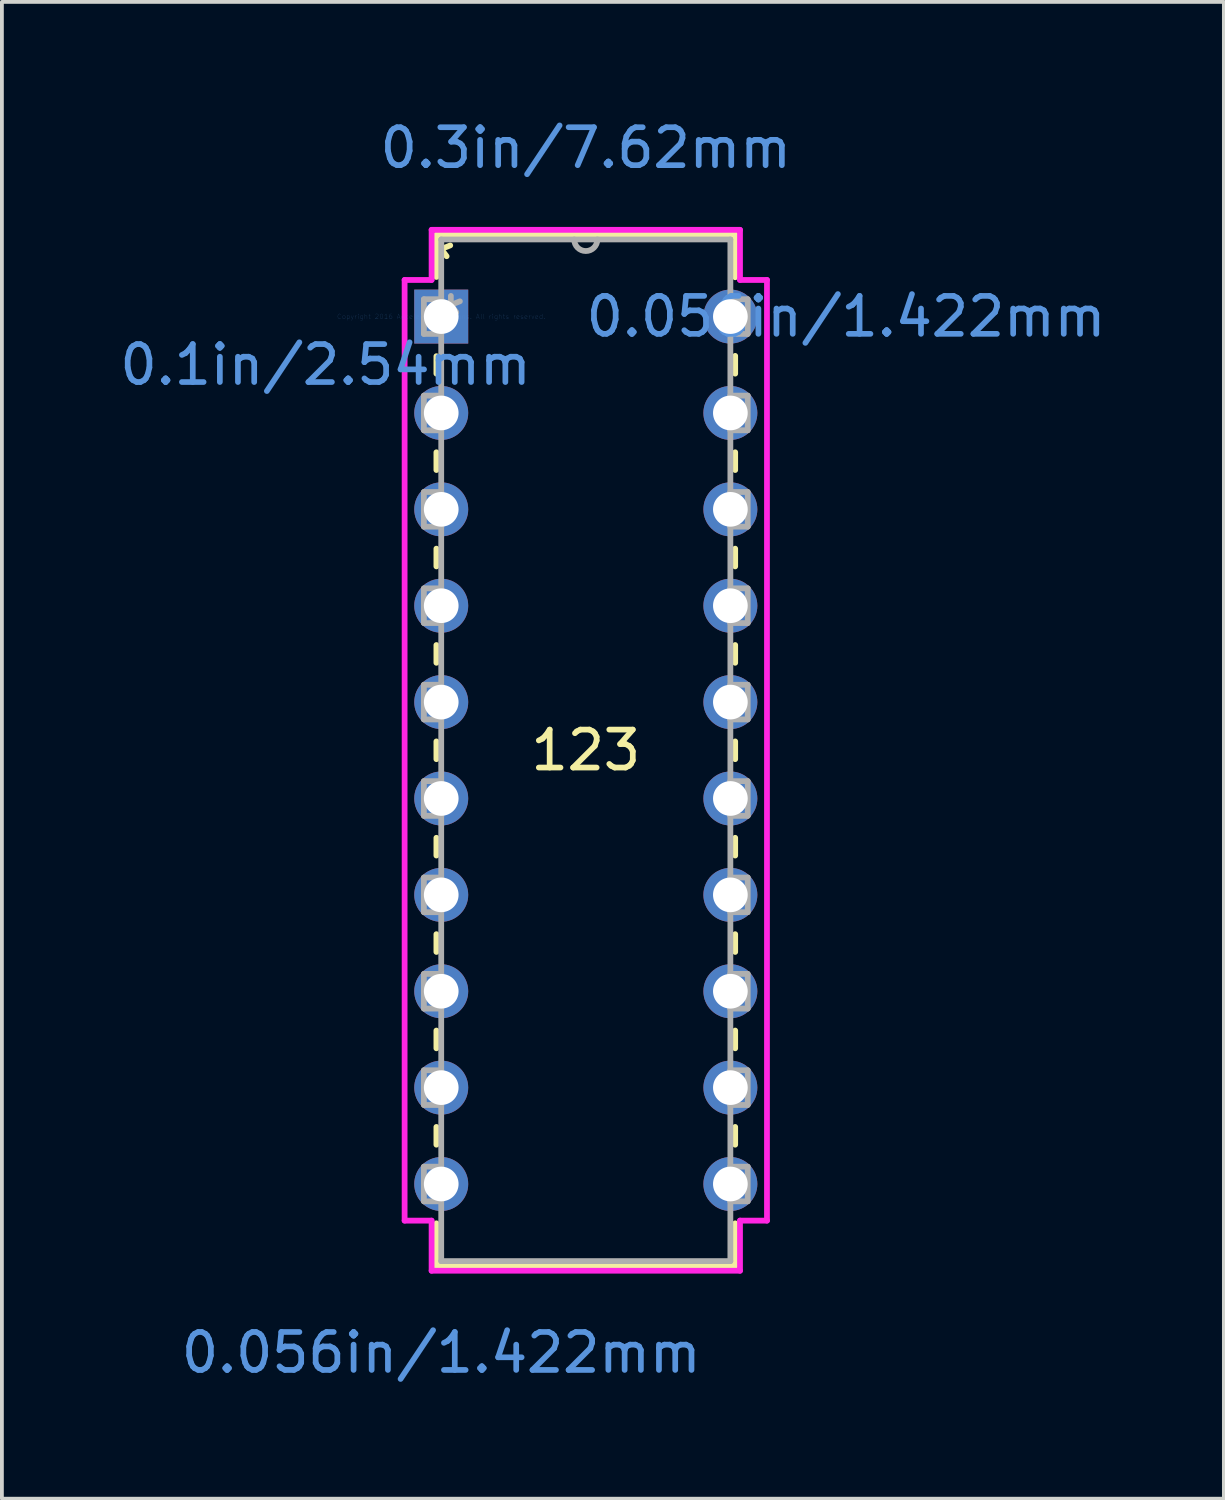
<source format=kicad_pcb>
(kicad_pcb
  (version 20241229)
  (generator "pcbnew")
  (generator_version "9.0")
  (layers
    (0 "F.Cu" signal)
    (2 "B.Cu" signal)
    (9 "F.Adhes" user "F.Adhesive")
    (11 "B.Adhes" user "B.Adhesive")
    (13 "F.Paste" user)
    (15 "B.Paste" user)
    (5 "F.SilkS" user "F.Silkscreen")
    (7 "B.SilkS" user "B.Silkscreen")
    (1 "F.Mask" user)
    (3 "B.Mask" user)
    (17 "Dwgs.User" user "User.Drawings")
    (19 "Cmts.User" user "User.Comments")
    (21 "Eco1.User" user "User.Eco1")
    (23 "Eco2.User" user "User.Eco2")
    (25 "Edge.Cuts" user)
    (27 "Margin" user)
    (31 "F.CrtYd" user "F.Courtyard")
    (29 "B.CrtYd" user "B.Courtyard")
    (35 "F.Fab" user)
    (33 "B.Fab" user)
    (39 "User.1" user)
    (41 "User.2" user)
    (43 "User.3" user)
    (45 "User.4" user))
  (footprint "123"
    (layer "F.Cu")
    (at 8.578 5.293)
    (property "Reference" "123" (at 3.81 11.43 0) (layer "F.SilkS") (effects (font (size 1 1) (thickness 0.15))))
    (attr through_hole)
    (fp_line (start -0.127 -2.159) (end -0.127 -1.044) (stroke (width 0.152) (type solid)) (layer "F.SilkS"))
    (fp_line (start -0.127 1.044) (end -0.127 1.504) (stroke (width 0.152) (type solid)) (layer "F.SilkS"))
    (fp_line (start -0.127 3.576) (end -0.127 4.044) (stroke (width 0.152) (type solid)) (layer "F.SilkS"))
    (fp_line (start -0.127 6.116) (end -0.127 6.584) (stroke (width 0.152) (type solid)) (layer "F.SilkS"))
    (fp_line (start -0.127 8.656) (end -0.127 9.124) (stroke (width 0.152) (type solid)) (layer "F.SilkS"))
    (fp_line (start -0.127 11.196) (end -0.127 11.664) (stroke (width 0.152) (type solid)) (layer "F.SilkS"))
    (fp_line (start -0.127 13.736) (end -0.127 14.204) (stroke (width 0.152) (type solid)) (layer "F.SilkS"))
    (fp_line (start -0.127 16.276) (end -0.127 16.744) (stroke (width 0.152) (type solid)) (layer "F.SilkS"))
    (fp_line (start -0.127 18.816) (end -0.127 19.284) (stroke (width 0.152) (type solid)) (layer "F.SilkS"))
    (fp_line (start -0.127 21.356) (end -0.127 21.824) (stroke (width 0.152) (type solid)) (layer "F.SilkS"))
    (fp_line (start -0.127 23.896) (end -0.127 25.019) (stroke (width 0.152) (type solid)) (layer "F.SilkS"))
    (fp_line (start -0.127 25.019) (end 7.747 25.019) (stroke (width 0.152) (type solid)) (layer "F.SilkS"))
    (fp_line (start 7.747 -2.159) (end -0.127 -2.159) (stroke (width 0.152) (type solid)) (layer "F.SilkS"))
    (fp_line (start 7.747 -1.036) (end 7.747 -2.159) (stroke (width 0.152) (type solid)) (layer "F.SilkS"))
    (fp_line (start 7.747 1.504) (end 7.747 1.036) (stroke (width 0.152) (type solid)) (layer "F.SilkS"))
    (fp_line (start 7.747 4.044) (end 7.747 3.576) (stroke (width 0.152) (type solid)) (layer "F.SilkS"))
    (fp_line (start 7.747 6.584) (end 7.747 6.116) (stroke (width 0.152) (type solid)) (layer "F.SilkS"))
    (fp_line (start 7.747 9.124) (end 7.747 8.656) (stroke (width 0.152) (type solid)) (layer "F.SilkS"))
    (fp_line (start 7.747 11.664) (end 7.747 11.196) (stroke (width 0.152) (type solid)) (layer "F.SilkS"))
    (fp_line (start 7.747 14.204) (end 7.747 13.736) (stroke (width 0.152) (type solid)) (layer "F.SilkS"))
    (fp_line (start 7.747 16.744) (end 7.747 16.276) (stroke (width 0.152) (type solid)) (layer "F.SilkS"))
    (fp_line (start 7.747 19.284) (end 7.747 18.816) (stroke (width 0.152) (type solid)) (layer "F.SilkS"))
    (fp_line (start 7.747 21.824) (end 7.747 21.356) (stroke (width 0.152) (type solid)) (layer "F.SilkS"))
    (fp_line (start 7.747 25.019) (end 7.747 23.896) (stroke (width 0.152) (type solid)) (layer "F.SilkS"))
    (fp_line (start -0.965 -0.965) (end -0.254 -0.965) (stroke (width 0.152) (type solid)) (layer "F.CrtYd"))
    (fp_line (start -0.965 23.825) (end -0.965 -0.965) (stroke (width 0.152) (type solid)) (layer "F.CrtYd"))
    (fp_line (start -0.254 -2.286) (end 7.874 -2.286) (stroke (width 0.152) (type solid)) (layer "F.CrtYd"))
    (fp_line (start -0.254 -0.965) (end -0.254 -2.286) (stroke (width 0.152) (type solid)) (layer "F.CrtYd"))
    (fp_line (start -0.254 23.825) (end -0.965 23.825) (stroke (width 0.152) (type solid)) (layer "F.CrtYd"))
    (fp_line (start -0.254 25.146) (end -0.254 23.825) (stroke (width 0.152) (type solid)) (layer "F.CrtYd"))
    (fp_line (start 7.874 -2.286) (end 7.874 -0.965) (stroke (width 0.152) (type solid)) (layer "F.CrtYd"))
    (fp_line (start 7.874 23.825) (end 7.874 25.146) (stroke (width 0.152) (type solid)) (layer "F.CrtYd"))
    (fp_line (start 7.874 25.146) (end -0.254 25.146) (stroke (width 0.152) (type solid)) (layer "F.CrtYd"))
    (fp_line (start 8.585 -0.965) (end 7.874 -0.965) (stroke (width 0.152) (type solid)) (layer "F.CrtYd"))
    (fp_line (start 8.585 -0.965) (end 8.585 23.825) (stroke (width 0.152) (type solid)) (layer "F.CrtYd"))
    (fp_line (start 8.585 23.825) (end 7.874 23.825) (stroke (width 0.152) (type solid)) (layer "F.CrtYd"))
    (fp_line (start -0.457 -0.457) (end -0.457 0.457) (stroke (width 0.152) (type solid)) (layer "F.Fab"))
    (fp_line (start -0.457 0.457) (end 0 0.457) (stroke (width 0.152) (type solid)) (layer "F.Fab"))
    (fp_line (start -0.457 2.083) (end -0.457 2.997) (stroke (width 0.152) (type solid)) (layer "F.Fab"))
    (fp_line (start -0.457 2.997) (end 0 2.997) (stroke (width 0.152) (type solid)) (layer "F.Fab"))
    (fp_line (start -0.457 4.623) (end -0.457 5.537) (stroke (width 0.152) (type solid)) (layer "F.Fab"))
    (fp_line (start -0.457 5.537) (end 0 5.537) (stroke (width 0.152) (type solid)) (layer "F.Fab"))
    (fp_line (start -0.457 7.163) (end -0.457 8.077) (stroke (width 0.152) (type solid)) (layer "F.Fab"))
    (fp_line (start -0.457 8.077) (end 0 8.077) (stroke (width 0.152) (type solid)) (layer "F.Fab"))
    (fp_line (start -0.457 9.703) (end -0.457 10.617) (stroke (width 0.152) (type solid)) (layer "F.Fab"))
    (fp_line (start -0.457 10.617) (end 0 10.617) (stroke (width 0.152) (type solid)) (layer "F.Fab"))
    (fp_line (start -0.457 12.243) (end -0.457 13.157) (stroke (width 0.152) (type solid)) (layer "F.Fab"))
    (fp_line (start -0.457 13.157) (end 0 13.157) (stroke (width 0.152) (type solid)) (layer "F.Fab"))
    (fp_line (start -0.457 14.783) (end -0.457 15.697) (stroke (width 0.152) (type solid)) (layer "F.Fab"))
    (fp_line (start -0.457 15.697) (end 0 15.697) (stroke (width 0.152) (type solid)) (layer "F.Fab"))
    (fp_line (start -0.457 17.323) (end -0.457 18.237) (stroke (width 0.152) (type solid)) (layer "F.Fab"))
    (fp_line (start -0.457 18.237) (end 0 18.237) (stroke (width 0.152) (type solid)) (layer "F.Fab"))
    (fp_line (start -0.457 19.863) (end -0.457 20.777) (stroke (width 0.152) (type solid)) (layer "F.Fab"))
    (fp_line (start -0.457 20.777) (end 0 20.777) (stroke (width 0.152) (type solid)) (layer "F.Fab"))
    (fp_line (start -0.457 22.403) (end -0.457 23.317) (stroke (width 0.152) (type solid)) (layer "F.Fab"))
    (fp_line (start -0.457 23.317) (end 0 23.317) (stroke (width 0.152) (type solid)) (layer "F.Fab"))
    (fp_line (start 0 -2.032) (end 0 24.892) (stroke (width 0.152) (type solid)) (layer "F.Fab"))
    (fp_line (start 0 -0.457) (end -0.457 -0.457) (stroke (width 0.152) (type solid)) (layer "F.Fab"))
    (fp_line (start 0 0.457) (end 0 -0.457) (stroke (width 0.152) (type solid)) (layer "F.Fab"))
    (fp_line (start 0 2.083) (end -0.457 2.083) (stroke (width 0.152) (type solid)) (layer "F.Fab"))
    (fp_line (start 0 2.997) (end 0 2.083) (stroke (width 0.152) (type solid)) (layer "F.Fab"))
    (fp_line (start 0 4.623) (end -0.457 4.623) (stroke (width 0.152) (type solid)) (layer "F.Fab"))
    (fp_line (start 0 5.537) (end 0 4.623) (stroke (width 0.152) (type solid)) (layer "F.Fab"))
    (fp_line (start 0 7.163) (end -0.457 7.163) (stroke (width 0.152) (type solid)) (layer "F.Fab"))
    (fp_line (start 0 8.077) (end 0 7.163) (stroke (width 0.152) (type solid)) (layer "F.Fab"))
    (fp_line (start 0 9.703) (end -0.457 9.703) (stroke (width 0.152) (type solid)) (layer "F.Fab"))
    (fp_line (start 0 10.617) (end 0 9.703) (stroke (width 0.152) (type solid)) (layer "F.Fab"))
    (fp_line (start 0 12.243) (end -0.457 12.243) (stroke (width 0.152) (type solid)) (layer "F.Fab"))
    (fp_line (start 0 13.157) (end 0 12.243) (stroke (width 0.152) (type solid)) (layer "F.Fab"))
    (fp_line (start 0 14.783) (end -0.457 14.783) (stroke (width 0.152) (type solid)) (layer "F.Fab"))
    (fp_line (start 0 15.697) (end 0 14.783) (stroke (width 0.152) (type solid)) (layer "F.Fab"))
    (fp_line (start 0 17.323) (end -0.457 17.323) (stroke (width 0.152) (type solid)) (layer "F.Fab"))
    (fp_line (start 0 18.237) (end 0 17.323) (stroke (width 0.152) (type solid)) (layer "F.Fab"))
    (fp_line (start 0 19.863) (end -0.457 19.863) (stroke (width 0.152) (type solid)) (layer "F.Fab"))
    (fp_line (start 0 20.777) (end 0 19.863) (stroke (width 0.152) (type solid)) (layer "F.Fab"))
    (fp_line (start 0 22.403) (end -0.457 22.403) (stroke (width 0.152) (type solid)) (layer "F.Fab"))
    (fp_line (start 0 23.317) (end 0 22.403) (stroke (width 0.152) (type solid)) (layer "F.Fab"))
    (fp_line (start 0 24.892) (end 7.62 24.892) (stroke (width 0.152) (type solid)) (layer "F.Fab"))
    (fp_line (start 7.62 -2.032) (end 0 -2.032) (stroke (width 0.152) (type solid)) (layer "F.Fab"))
    (fp_line (start 7.62 -0.457) (end 7.62 0.457) (stroke (width 0.152) (type solid)) (layer "F.Fab"))
    (fp_line (start 7.62 0.457) (end 8.077 0.457) (stroke (width 0.152) (type solid)) (layer "F.Fab"))
    (fp_line (start 7.62 2.083) (end 7.62 2.997) (stroke (width 0.152) (type solid)) (layer "F.Fab"))
    (fp_line (start 7.62 2.997) (end 8.077 2.997) (stroke (width 0.152) (type solid)) (layer "F.Fab"))
    (fp_line (start 7.62 4.623) (end 7.62 5.537) (stroke (width 0.152) (type solid)) (layer "F.Fab"))
    (fp_line (start 7.62 5.537) (end 8.077 5.537) (stroke (width 0.152) (type solid)) (layer "F.Fab"))
    (fp_line (start 7.62 7.163) (end 7.62 8.077) (stroke (width 0.152) (type solid)) (layer "F.Fab"))
    (fp_line (start 7.62 8.077) (end 8.077 8.077) (stroke (width 0.152) (type solid)) (layer "F.Fab"))
    (fp_line (start 7.62 9.703) (end 7.62 10.617) (stroke (width 0.152) (type solid)) (layer "F.Fab"))
    (fp_line (start 7.62 10.617) (end 8.077 10.617) (stroke (width 0.152) (type solid)) (layer "F.Fab"))
    (fp_line (start 7.62 12.243) (end 7.62 13.157) (stroke (width 0.152) (type solid)) (layer "F.Fab"))
    (fp_line (start 7.62 13.157) (end 8.077 13.157) (stroke (width 0.152) (type solid)) (layer "F.Fab"))
    (fp_line (start 7.62 14.783) (end 7.62 15.697) (stroke (width 0.152) (type solid)) (layer "F.Fab"))
    (fp_line (start 7.62 15.697) (end 8.077 15.697) (stroke (width 0.152) (type solid)) (layer "F.Fab"))
    (fp_line (start 7.62 17.323) (end 7.62 18.237) (stroke (width 0.152) (type solid)) (layer "F.Fab"))
    (fp_line (start 7.62 18.237) (end 8.077 18.237) (stroke (width 0.152) (type solid)) (layer "F.Fab"))
    (fp_line (start 7.62 19.863) (end 7.62 20.777) (stroke (width 0.152) (type solid)) (layer "F.Fab"))
    (fp_line (start 7.62 20.777) (end 8.077 20.777) (stroke (width 0.152) (type solid)) (layer "F.Fab"))
    (fp_line (start 7.62 22.403) (end 7.62 23.317) (stroke (width 0.152) (type solid)) (layer "F.Fab"))
    (fp_line (start 7.62 23.317) (end 8.077 23.317) (stroke (width 0.152) (type solid)) (layer "F.Fab"))
    (fp_line (start 7.62 24.892) (end 7.62 -2.032) (stroke (width 0.152) (type solid)) (layer "F.Fab"))
    (fp_line (start 8.077 -0.457) (end 7.62 -0.457) (stroke (width 0.152) (type solid)) (layer "F.Fab"))
    (fp_line (start 8.077 0.457) (end 8.077 -0.457) (stroke (width 0.152) (type solid)) (layer "F.Fab"))
    (fp_line (start 8.077 2.083) (end 7.62 2.083) (stroke (width 0.152) (type solid)) (layer "F.Fab"))
    (fp_line (start 8.077 2.997) (end 8.077 2.083) (stroke (width 0.152) (type solid)) (layer "F.Fab"))
    (fp_line (start 8.077 4.623) (end 7.62 4.623) (stroke (width 0.152) (type solid)) (layer "F.Fab"))
    (fp_line (start 8.077 5.537) (end 8.077 4.623) (stroke (width 0.152) (type solid)) (layer "F.Fab"))
    (fp_line (start 8.077 7.163) (end 7.62 7.163) (stroke (width 0.152) (type solid)) (layer "F.Fab"))
    (fp_line (start 8.077 8.077) (end 8.077 7.163) (stroke (width 0.152) (type solid)) (layer "F.Fab"))
    (fp_line (start 8.077 9.703) (end 7.62 9.703) (stroke (width 0.152) (type solid)) (layer "F.Fab"))
    (fp_line (start 8.077 10.617) (end 8.077 9.703) (stroke (width 0.152) (type solid)) (layer "F.Fab"))
    (fp_line (start 8.077 12.243) (end 7.62 12.243) (stroke (width 0.152) (type solid)) (layer "F.Fab"))
    (fp_line (start 8.077 13.157) (end 8.077 12.243) (stroke (width 0.152) (type solid)) (layer "F.Fab"))
    (fp_line (start 8.077 14.783) (end 7.62 14.783) (stroke (width 0.152) (type solid)) (layer "F.Fab"))
    (fp_line (start 8.077 15.697) (end 8.077 14.783) (stroke (width 0.152) (type solid)) (layer "F.Fab"))
    (fp_line (start 8.077 17.323) (end 7.62 17.323) (stroke (width 0.152) (type solid)) (layer "F.Fab"))
    (fp_line (start 8.077 18.237) (end 8.077 17.323) (stroke (width 0.152) (type solid)) (layer "F.Fab"))
    (fp_line (start 8.077 19.863) (end 7.62 19.863) (stroke (width 0.152) (type solid)) (layer "F.Fab"))
    (fp_line (start 8.077 20.777) (end 8.077 19.863) (stroke (width 0.152) (type solid)) (layer "F.Fab"))
    (fp_line (start 8.077 22.403) (end 7.62 22.403) (stroke (width 0.152) (type solid)) (layer "F.Fab"))
    (fp_line (start 8.077 23.317) (end 8.077 22.403) (stroke (width 0.152) (type solid)) (layer "F.Fab"))
    (fp_arc (start 4.1148 -2.032) (mid 3.81 -1.7272) (end 3.5052 -2.032) (stroke (width 0.1524) (type solid)) (layer "F.Fab"))
    (fp_text user "*" (at 0 -1.473 0) (layer "F.SilkS") (effects (font (size 1 1) (thickness 0.15))))
    (fp_text user "Copyright 2016 Accelerated Designs. All rights reserved." (at 0 0 0) (layer "Cmts.User") (effects (font (size 0.127 0.127) (thickness 0.002))))
    (fp_text user "0.056in/1.422mm" (at 10.668 0 0) (layer "Cmts.User") (effects (font (size 1 1) (thickness 0.15))))
    (fp_text user "0.056in/1.422mm" (at 0 27.305 0) (layer "Cmts.User") (effects (font (size 1 1) (thickness 0.15))))
    (fp_text user "0.1in/2.54mm" (at -3.048 1.27 0) (layer "Cmts.User") (effects (font (size 1 1) (thickness 0.15))))
    (fp_text user "0.3in/7.62mm" (at 3.81 -4.445 0) (layer "Cmts.User") (effects (font (size 1 1) (thickness 0.15))))
    (fp_text user "*" (at 0.254 0 0) (layer "F.Fab") (effects (font (size 1 1) (thickness 0.15))))
    (pad "1" thru_hole rect (at 0 0) (size 1.422 1.422) (drill 0.914) (layers "*.Cu" "*.Mask"))
    (pad "2" thru_hole circle (at 0 2.54) (size 1.422 1.422) (drill 0.914) (layers "*.Cu" "*.Mask"))
    (pad "3" thru_hole circle (at 0 5.08) (size 1.422 1.422) (drill 0.914) (layers "*.Cu" "*.Mask"))
    (pad "4" thru_hole circle (at 0 7.62) (size 1.422 1.422) (drill 0.914) (layers "*.Cu" "*.Mask"))
    (pad "5" thru_hole circle (at 0 10.16) (size 1.422 1.422) (drill 0.914) (layers "*.Cu" "*.Mask"))
    (pad "6" thru_hole circle (at 0 12.7) (size 1.422 1.422) (drill 0.914) (layers "*.Cu" "*.Mask"))
    (pad "7" thru_hole circle (at 0 15.24) (size 1.422 1.422) (drill 0.914) (layers "*.Cu" "*.Mask"))
    (pad "8" thru_hole circle (at 0 17.78) (size 1.422 1.422) (drill 0.914) (layers "*.Cu" "*.Mask"))
    (pad "9" thru_hole circle (at 0 20.32) (size 1.422 1.422) (drill 0.914) (layers "*.Cu" "*.Mask"))
    (pad "10" thru_hole circle (at 0 22.86) (size 1.422 1.422) (drill 0.914) (layers "*.Cu" "*.Mask"))
    (pad "11" thru_hole circle (at 7.62 22.86) (size 1.422 1.422) (drill 0.914) (layers "*.Cu" "*.Mask"))
    (pad "12" thru_hole circle (at 7.62 20.32) (size 1.422 1.422) (drill 0.914) (layers "*.Cu" "*.Mask"))
    (pad "13" thru_hole circle (at 7.62 17.78) (size 1.422 1.422) (drill 0.914) (layers "*.Cu" "*.Mask"))
    (pad "14" thru_hole circle (at 7.62 15.24) (size 1.422 1.422) (drill 0.914) (layers "*.Cu" "*.Mask"))
    (pad "15" thru_hole circle (at 7.62 12.7) (size 1.422 1.422) (drill 0.914) (layers "*.Cu" "*.Mask"))
    (pad "16" thru_hole circle (at 7.62 10.16) (size 1.422 1.422) (drill 0.914) (layers "*.Cu" "*.Mask"))
    (pad "17" thru_hole circle (at 7.62 7.62) (size 1.422 1.422) (drill 0.914) (layers "*.Cu" "*.Mask"))
    (pad "18" thru_hole circle (at 7.62 5.08) (size 1.422 1.422) (drill 0.914) (layers "*.Cu" "*.Mask"))
    (pad "19" thru_hole circle (at 7.62 2.54) (size 1.422 1.422) (drill 0.914) (layers "*.Cu" "*.Mask"))
    (pad "20" thru_hole circle (at 7.62 0) (size 1.422 1.422) (drill 0.914) (layers "*.Cu" "*.Mask")))
  (gr_rect
    (start -3 -3)
    (end 29.204 36.447)
    (stroke (width 0.1) (type default))
    (fill no)
    (layer "Edge.Cuts")))
</source>
